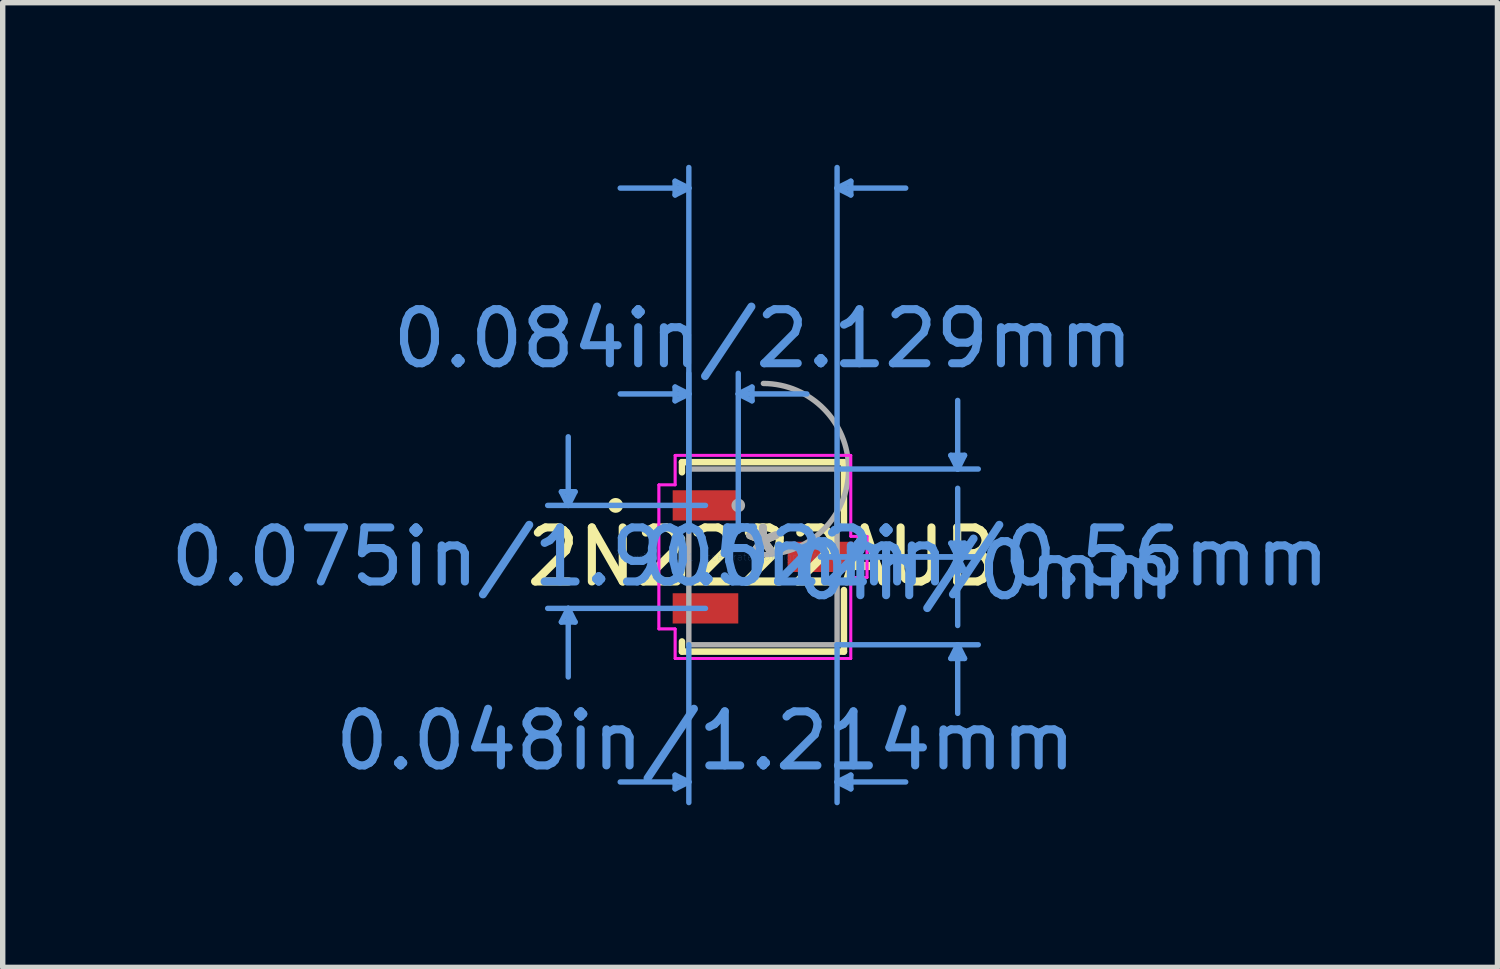
<source format=kicad_pcb>
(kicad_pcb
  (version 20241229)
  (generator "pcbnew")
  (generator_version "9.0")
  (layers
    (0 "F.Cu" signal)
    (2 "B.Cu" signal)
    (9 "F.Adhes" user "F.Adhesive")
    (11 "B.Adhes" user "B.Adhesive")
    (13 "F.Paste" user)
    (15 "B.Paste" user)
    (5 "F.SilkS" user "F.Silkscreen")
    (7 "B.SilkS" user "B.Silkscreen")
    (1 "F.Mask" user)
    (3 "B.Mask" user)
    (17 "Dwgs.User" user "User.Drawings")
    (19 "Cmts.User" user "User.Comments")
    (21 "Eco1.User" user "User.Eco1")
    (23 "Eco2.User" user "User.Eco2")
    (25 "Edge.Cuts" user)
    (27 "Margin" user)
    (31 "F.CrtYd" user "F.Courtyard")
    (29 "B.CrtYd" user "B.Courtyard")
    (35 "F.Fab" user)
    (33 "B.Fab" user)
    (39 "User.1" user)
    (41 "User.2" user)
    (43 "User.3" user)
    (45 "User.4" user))
  (footprint "2N2222AUB"
    (layer "F.Cu")
    (at 11.071 7.257)
    (property "Reference" "2N2222AUB" (at 0 0 0) (layer "F.SilkS") (effects (font (size 1 1) (thickness 0.15))))
    (attr through_hole)
    (fp_line (start -1.499 -1.753) (end -1.499 -1.565) (stroke (width 0.12) (type solid)) (layer "F.SilkS"))
    (fp_line (start -1.499 -0.34) (end -1.499 0.34) (stroke (width 0.12) (type solid)) (layer "F.SilkS"))
    (fp_line (start -1.499 1.565) (end -1.499 1.753) (stroke (width 0.12) (type solid)) (layer "F.SilkS"))
    (fp_line (start -1.499 1.753) (end 1.499 1.753) (stroke (width 0.12) (type solid)) (layer "F.SilkS"))
    (fp_line (start 1.499 -1.753) (end -1.499 -1.753) (stroke (width 0.12) (type solid)) (layer "F.SilkS"))
    (fp_line (start 1.499 -0.613) (end 1.499 -1.753) (stroke (width 0.12) (type solid)) (layer "F.SilkS"))
    (fp_line (start 1.499 1.753) (end 1.499 0.613) (stroke (width 0.12) (type solid)) (layer "F.SilkS"))
    (fp_circle (center -2.726 -0.953) (end -2.649 -0.953) (stroke (width 0.12) (type solid)) (fill no) (layer "F.SilkS"))
    (fp_line (start -3.731 -1.206) (end -3.477 -1.206) (stroke (width 0.1) (type solid)) (layer "Cmts.User"))
    (fp_line (start -3.731 1.206) (end -3.477 1.206) (stroke (width 0.1) (type solid)) (layer "Cmts.User"))
    (fp_line (start -3.604 -0.953) (end -3.731 -1.206) (stroke (width 0.1) (type solid)) (layer "Cmts.User"))
    (fp_line (start -3.604 -0.953) (end -3.604 -2.223) (stroke (width 0.1) (type solid)) (layer "Cmts.User"))
    (fp_line (start -3.604 -0.953) (end -3.477 -1.206) (stroke (width 0.1) (type solid)) (layer "Cmts.User"))
    (fp_line (start -3.604 0.953) (end -3.731 1.206) (stroke (width 0.1) (type solid)) (layer "Cmts.User"))
    (fp_line (start -3.604 0.953) (end -3.604 2.223) (stroke (width 0.1) (type solid)) (layer "Cmts.User"))
    (fp_line (start -3.604 0.953) (end -3.477 1.206) (stroke (width 0.1) (type solid)) (layer "Cmts.User"))
    (fp_line (start -1.626 -6.953) (end -1.626 -6.699) (stroke (width 0.1) (type solid)) (layer "Cmts.User"))
    (fp_line (start -1.626 -3.143) (end -1.626 -2.889) (stroke (width 0.1) (type solid)) (layer "Cmts.User"))
    (fp_line (start -1.626 4.039) (end -1.626 4.293) (stroke (width 0.1) (type solid)) (layer "Cmts.User"))
    (fp_line (start -1.372 -6.826) (end -2.642 -6.826) (stroke (width 0.1) (type solid)) (layer "Cmts.User"))
    (fp_line (start -1.372 -6.826) (end -1.626 -6.953) (stroke (width 0.1) (type solid)) (layer "Cmts.User"))
    (fp_line (start -1.372 -6.826) (end -1.626 -6.699) (stroke (width 0.1) (type solid)) (layer "Cmts.User"))
    (fp_line (start -1.372 -3.016) (end -2.642 -3.016) (stroke (width 0.1) (type solid)) (layer "Cmts.User"))
    (fp_line (start -1.372 -3.016) (end -1.626 -3.143) (stroke (width 0.1) (type solid)) (layer "Cmts.User"))
    (fp_line (start -1.372 -3.016) (end -1.626 -2.889) (stroke (width 0.1) (type solid)) (layer "Cmts.User"))
    (fp_line (start -1.372 -0.476) (end -1.372 -7.207) (stroke (width 0.1) (type solid)) (layer "Cmts.User"))
    (fp_line (start -1.372 -0.476) (end -1.372 -3.397) (stroke (width 0.1) (type solid)) (layer "Cmts.User"))
    (fp_line (start -1.372 1.626) (end -1.372 4.547) (stroke (width 0.1) (type solid)) (layer "Cmts.User"))
    (fp_line (start -1.372 4.166) (end -2.642 4.166) (stroke (width 0.1) (type solid)) (layer "Cmts.User"))
    (fp_line (start -1.372 4.166) (end -1.626 4.039) (stroke (width 0.1) (type solid)) (layer "Cmts.User"))
    (fp_line (start -1.372 4.166) (end -1.626 4.293) (stroke (width 0.1) (type solid)) (layer "Cmts.User"))
    (fp_line (start -1.064 -0.953) (end -3.985 -0.953) (stroke (width 0.1) (type solid)) (layer "Cmts.User"))
    (fp_line (start -1.064 0.953) (end -3.985 0.953) (stroke (width 0.1) (type solid)) (layer "Cmts.User"))
    (fp_line (start -0.457 -3.016) (end -0.203 -3.143) (stroke (width 0.1) (type solid)) (layer "Cmts.User"))
    (fp_line (start -0.457 -3.016) (end -0.203 -2.889) (stroke (width 0.1) (type solid)) (layer "Cmts.User"))
    (fp_line (start -0.457 -3.016) (end 0.813 -3.016) (stroke (width 0.1) (type solid)) (layer "Cmts.User"))
    (fp_line (start -0.457 -0.476) (end -0.457 -3.397) (stroke (width 0.1) (type solid)) (layer "Cmts.User"))
    (fp_line (start -0.203 -3.143) (end -0.203 -2.889) (stroke (width 0.1) (type solid)) (layer "Cmts.User"))
    (fp_line (start 1.064 0) (end 3.985 0) (stroke (width 0.1) (type solid)) (layer "Cmts.User"))
    (fp_line (start 1.064 0) (end 3.985 0) (stroke (width 0.1) (type solid)) (layer "Cmts.User"))
    (fp_line (start 1.372 -6.826) (end 1.626 -6.953) (stroke (width 0.1) (type solid)) (layer "Cmts.User"))
    (fp_line (start 1.372 -6.826) (end 1.626 -6.699) (stroke (width 0.1) (type solid)) (layer "Cmts.User"))
    (fp_line (start 1.372 -6.826) (end 2.642 -6.826) (stroke (width 0.1) (type solid)) (layer "Cmts.User"))
    (fp_line (start 1.372 -1.626) (end 3.985 -1.626) (stroke (width 0.1) (type solid)) (layer "Cmts.User"))
    (fp_line (start 1.372 -0.476) (end 1.372 -7.207) (stroke (width 0.1) (type solid)) (layer "Cmts.User"))
    (fp_line (start 1.372 1.626) (end 1.372 4.547) (stroke (width 0.1) (type solid)) (layer "Cmts.User"))
    (fp_line (start 1.372 1.626) (end 3.985 1.626) (stroke (width 0.1) (type solid)) (layer "Cmts.User"))
    (fp_line (start 1.372 4.166) (end 1.626 4.039) (stroke (width 0.1) (type solid)) (layer "Cmts.User"))
    (fp_line (start 1.372 4.166) (end 1.626 4.293) (stroke (width 0.1) (type solid)) (layer "Cmts.User"))
    (fp_line (start 1.372 4.166) (end 2.642 4.166) (stroke (width 0.1) (type solid)) (layer "Cmts.User"))
    (fp_line (start 1.626 -6.953) (end 1.626 -6.699) (stroke (width 0.1) (type solid)) (layer "Cmts.User"))
    (fp_line (start 1.626 4.039) (end 1.626 4.293) (stroke (width 0.1) (type solid)) (layer "Cmts.User"))
    (fp_line (start 3.477 -1.88) (end 3.731 -1.88) (stroke (width 0.1) (type solid)) (layer "Cmts.User"))
    (fp_line (start 3.477 -0.254) (end 3.731 -0.254) (stroke (width 0.1) (type solid)) (layer "Cmts.User"))
    (fp_line (start 3.477 0.254) (end 3.731 0.254) (stroke (width 0.1) (type solid)) (layer "Cmts.User"))
    (fp_line (start 3.477 1.88) (end 3.731 1.88) (stroke (width 0.1) (type solid)) (layer "Cmts.User"))
    (fp_line (start 3.604 -1.626) (end 3.477 -1.88) (stroke (width 0.1) (type solid)) (layer "Cmts.User"))
    (fp_line (start 3.604 -1.626) (end 3.604 -2.896) (stroke (width 0.1) (type solid)) (layer "Cmts.User"))
    (fp_line (start 3.604 -1.626) (end 3.731 -1.88) (stroke (width 0.1) (type solid)) (layer "Cmts.User"))
    (fp_line (start 3.604 0) (end 3.477 -0.254) (stroke (width 0.1) (type solid)) (layer "Cmts.User"))
    (fp_line (start 3.604 0) (end 3.477 0.254) (stroke (width 0.1) (type solid)) (layer "Cmts.User"))
    (fp_line (start 3.604 0) (end 3.604 -1.27) (stroke (width 0.1) (type solid)) (layer "Cmts.User"))
    (fp_line (start 3.604 0) (end 3.604 1.27) (stroke (width 0.1) (type solid)) (layer "Cmts.User"))
    (fp_line (start 3.604 0) (end 3.731 -0.254) (stroke (width 0.1) (type solid)) (layer "Cmts.User"))
    (fp_line (start 3.604 0) (end 3.731 0.254) (stroke (width 0.1) (type solid)) (layer "Cmts.User"))
    (fp_line (start 3.604 1.626) (end 3.477 1.88) (stroke (width 0.1) (type solid)) (layer "Cmts.User"))
    (fp_line (start 3.604 1.626) (end 3.604 2.896) (stroke (width 0.1) (type solid)) (layer "Cmts.User"))
    (fp_line (start 3.604 1.626) (end 3.731 1.88) (stroke (width 0.1) (type solid)) (layer "Cmts.User"))
    (fp_line (start -1.926 -1.333) (end -1.626 -1.333) (stroke (width 0.05) (type solid)) (layer "F.CrtYd"))
    (fp_line (start -1.926 -1.333) (end -1.626 -1.333) (stroke (width 0.05) (type solid)) (layer "F.CrtYd"))
    (fp_line (start -1.926 1.333) (end -1.926 -1.333) (stroke (width 0.05) (type solid)) (layer "F.CrtYd"))
    (fp_line (start -1.926 1.333) (end -1.926 -1.333) (stroke (width 0.05) (type solid)) (layer "F.CrtYd"))
    (fp_line (start -1.626 -1.88) (end 1.626 -1.88) (stroke (width 0.05) (type solid)) (layer "F.CrtYd"))
    (fp_line (start -1.626 -1.88) (end 1.626 -1.88) (stroke (width 0.05) (type solid)) (layer "F.CrtYd"))
    (fp_line (start -1.626 -1.333) (end -1.626 -1.88) (stroke (width 0.05) (type solid)) (layer "F.CrtYd"))
    (fp_line (start -1.626 -1.333) (end -1.626 -1.88) (stroke (width 0.05) (type solid)) (layer "F.CrtYd"))
    (fp_line (start -1.626 1.333) (end -1.926 1.333) (stroke (width 0.05) (type solid)) (layer "F.CrtYd"))
    (fp_line (start -1.626 1.333) (end -1.926 1.333) (stroke (width 0.05) (type solid)) (layer "F.CrtYd"))
    (fp_line (start -1.626 1.88) (end -1.626 1.333) (stroke (width 0.05) (type solid)) (layer "F.CrtYd"))
    (fp_line (start -1.626 1.88) (end -1.626 1.333) (stroke (width 0.05) (type solid)) (layer "F.CrtYd"))
    (fp_line (start 1.626 -1.88) (end 1.626 -0.381) (stroke (width 0.05) (type solid)) (layer "F.CrtYd"))
    (fp_line (start 1.626 -1.88) (end 1.626 -0.381) (stroke (width 0.05) (type solid)) (layer "F.CrtYd"))
    (fp_line (start 1.626 -0.381) (end 1.926 -0.381) (stroke (width 0.05) (type solid)) (layer "F.CrtYd"))
    (fp_line (start 1.626 -0.381) (end 1.926 -0.381) (stroke (width 0.05) (type solid)) (layer "F.CrtYd"))
    (fp_line (start 1.626 0.381) (end 1.626 1.88) (stroke (width 0.05) (type solid)) (layer "F.CrtYd"))
    (fp_line (start 1.626 0.381) (end 1.626 1.88) (stroke (width 0.05) (type solid)) (layer "F.CrtYd"))
    (fp_line (start 1.626 1.88) (end -1.626 1.88) (stroke (width 0.05) (type solid)) (layer "F.CrtYd"))
    (fp_line (start 1.626 1.88) (end -1.626 1.88) (stroke (width 0.05) (type solid)) (layer "F.CrtYd"))
    (fp_line (start 1.926 -0.381) (end 1.926 0.381) (stroke (width 0.05) (type solid)) (layer "F.CrtYd"))
    (fp_line (start 1.926 -0.381) (end 1.926 0.381) (stroke (width 0.05) (type solid)) (layer "F.CrtYd"))
    (fp_line (start 1.926 0.381) (end 1.626 0.381) (stroke (width 0.05) (type solid)) (layer "F.CrtYd"))
    (fp_line (start 1.926 0.381) (end 1.626 0.381) (stroke (width 0.05) (type solid)) (layer "F.CrtYd"))
    (fp_line (start -1.372 -1.626) (end -1.372 1.626) (stroke (width 0.1) (type solid)) (layer "F.Fab"))
    (fp_line (start -1.372 1.626) (end 1.372 1.626) (stroke (width 0.1) (type solid)) (layer "F.Fab"))
    (fp_line (start 1.372 -1.626) (end -1.372 -1.626) (stroke (width 0.1) (type solid)) (layer "F.Fab"))
    (fp_line (start 1.372 1.626) (end 1.372 -1.626) (stroke (width 0.1) (type solid)) (layer "F.Fab"))
    (fp_arc (start 0.007742 -3.20991) (mid 1.58431 -1.617858) (end -0.007742 -0.04129) (stroke (width 0.1) (type solid)) (layer "F.Fab"))
    (fp_circle (center -0.457 -0.953) (end -0.381 -0.953) (stroke (width 0.1) (type solid)) (fill no) (layer "F.Fab"))
    (fp_text user "*" (at 0 0 0) (layer "F.SilkS") (effects (font (size 1 1) (thickness 0.15))))
    (fp_text user "0.048in/1.214mm" (at -1.064 3.404 0) (layer "Cmts.User") (effects (font (size 1 1) (thickness 0.15))))
    (fp_text user "Copyright 2021 Accelerated Designs. All rights reserved." (at 0 0 0) (layer "Cmts.User") (effects (font (size 0.127 0.127) (thickness 0.002))))
    (fp_text user "0.075in/1.905mm" (at -4.112 0 0) (layer "Cmts.User") (effects (font (size 1 1) (thickness 0.15))))
    (fp_text user "0.022in/0.56mm" (at 4.112 0 0) (layer "Cmts.User") (effects (font (size 1 1) (thickness 0.15))))
    (fp_text user "0.084in/2.129mm" (at 0 -4.039 0) (layer "Cmts.User") (effects (font (size 1 1) (thickness 0.15))))
    (fp_text user "0in/0mm" (at 4.112 0.254 0) (layer "Cmts.User") (effects (font (size 1 1) (thickness 0.15))))
    (fp_text user "*" (at 0 0 0) (layer "F.Fab") (effects (font (size 1 1) (thickness 0.15))))
    (pad "1" smd rect (at -1.064 -0.953) (size 1.214 0.56) (layers "F.Cu" "F.Mask" "F.Paste"))
    (pad "2" smd rect (at -1.064 0.953) (size 1.214 0.56) (layers "F.Cu" "F.Mask" "F.Paste"))
    (pad "3" smd rect (at 1.064 0) (size 1.214 0.56) (layers "F.Cu" "F.Mask" "F.Paste")))
  (gr_rect
    (start -3 -3)
    (end 24.665 14.854)
    (stroke (width 0.1) (type default))
    (fill no)
    (layer "Edge.Cuts")))
</source>
